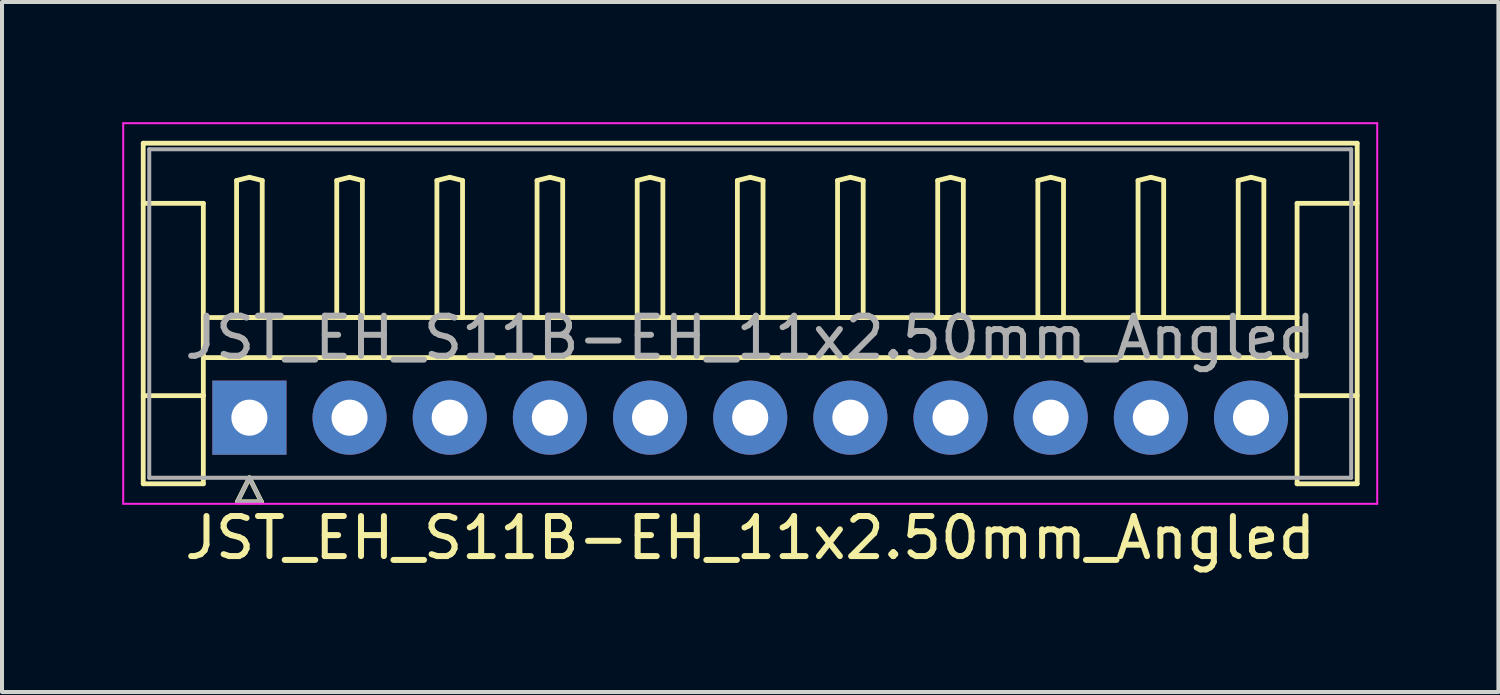
<source format=kicad_pcb>
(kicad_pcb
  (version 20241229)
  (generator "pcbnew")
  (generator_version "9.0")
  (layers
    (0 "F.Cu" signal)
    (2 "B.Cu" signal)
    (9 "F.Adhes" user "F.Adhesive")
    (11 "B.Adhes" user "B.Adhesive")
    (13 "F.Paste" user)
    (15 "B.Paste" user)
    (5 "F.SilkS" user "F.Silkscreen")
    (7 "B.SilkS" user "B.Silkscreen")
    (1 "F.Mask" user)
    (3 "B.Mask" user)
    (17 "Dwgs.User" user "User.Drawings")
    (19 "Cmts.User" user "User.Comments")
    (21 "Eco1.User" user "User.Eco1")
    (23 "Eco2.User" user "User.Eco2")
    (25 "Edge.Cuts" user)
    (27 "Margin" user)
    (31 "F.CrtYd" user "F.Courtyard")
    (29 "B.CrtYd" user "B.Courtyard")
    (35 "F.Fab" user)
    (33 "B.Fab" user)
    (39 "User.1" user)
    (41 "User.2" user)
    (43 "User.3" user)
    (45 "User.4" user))
  (footprint "JST_EH_S11B-EH_11x2.50mm_Angled"
    (layer "F.Cu")
    (at 3.175 7.375)
    (property "Reference" "JST_EH_S11B-EH_11x2.50mm_Angled" (at 12.5 3 0) (layer "F.SilkS") (effects (font (size 1 1) (thickness 0.15))))
    (attr through_hole)
    (fp_line (start -2.65 -6.85) (end 27.65 -6.85) (stroke (width 0.12) (type solid)) (layer "F.SilkS"))
    (fp_line (start -2.65 -5.35) (end -1.15 -5.35) (stroke (width 0.12) (type solid)) (layer "F.SilkS"))
    (fp_line (start -2.65 1.65) (end -2.65 -6.85) (stroke (width 0.12) (type solid)) (layer "F.SilkS"))
    (fp_line (start -1.15 -5.35) (end -1.15 -0.55) (stroke (width 0.12) (type solid)) (layer "F.SilkS"))
    (fp_line (start -1.15 -2.5) (end 26.15 -2.5) (stroke (width 0.12) (type solid)) (layer "F.SilkS"))
    (fp_line (start -1.15 -1.5) (end 26.15 -1.5) (stroke (width 0.12) (type solid)) (layer "F.SilkS"))
    (fp_line (start -1.15 -0.55) (end -2.65 -0.55) (stroke (width 0.12) (type solid)) (layer "F.SilkS"))
    (fp_line (start -1.15 -0.55) (end -1.15 1.65) (stroke (width 0.12) (type solid)) (layer "F.SilkS"))
    (fp_line (start -1.15 1.65) (end -2.65 1.65) (stroke (width 0.12) (type solid)) (layer "F.SilkS"))
    (fp_line (start -0.32 -5.92) (end 0 -6) (stroke (width 0.12) (type solid)) (layer "F.SilkS"))
    (fp_line (start -0.32 -2.5) (end -0.32 -5.92) (stroke (width 0.12) (type solid)) (layer "F.SilkS"))
    (fp_line (start -0.3 2.1) (end 0.3 2.1) (stroke (width 0.12) (type solid)) (layer "F.SilkS"))
    (fp_line (start 0 -6) (end 0.32 -5.92) (stroke (width 0.12) (type solid)) (layer "F.SilkS"))
    (fp_line (start 0 -2.5) (end -0.32 -2.5) (stroke (width 0.12) (type solid)) (layer "F.SilkS"))
    (fp_line (start 0 1.5) (end -0.3 2.1) (stroke (width 0.12) (type solid)) (layer "F.SilkS"))
    (fp_line (start 0.3 2.1) (end 0 1.5) (stroke (width 0.12) (type solid)) (layer "F.SilkS"))
    (fp_line (start 0.32 -5.92) (end 0.32 -2.5) (stroke (width 0.12) (type solid)) (layer "F.SilkS"))
    (fp_line (start 0.32 -2.5) (end 0 -2.5) (stroke (width 0.12) (type solid)) (layer "F.SilkS"))
    (fp_line (start 2.18 -5.92) (end 2.5 -6) (stroke (width 0.12) (type solid)) (layer "F.SilkS"))
    (fp_line (start 2.18 -2.5) (end 2.18 -5.92) (stroke (width 0.12) (type solid)) (layer "F.SilkS"))
    (fp_line (start 2.5 -6) (end 2.82 -5.92) (stroke (width 0.12) (type solid)) (layer "F.SilkS"))
    (fp_line (start 2.5 -2.5) (end 2.18 -2.5) (stroke (width 0.12) (type solid)) (layer "F.SilkS"))
    (fp_line (start 2.82 -5.92) (end 2.82 -2.5) (stroke (width 0.12) (type solid)) (layer "F.SilkS"))
    (fp_line (start 2.82 -2.5) (end 2.5 -2.5) (stroke (width 0.12) (type solid)) (layer "F.SilkS"))
    (fp_line (start 4.68 -5.92) (end 5 -6) (stroke (width 0.12) (type solid)) (layer "F.SilkS"))
    (fp_line (start 4.68 -2.5) (end 4.68 -5.92) (stroke (width 0.12) (type solid)) (layer "F.SilkS"))
    (fp_line (start 5 -6) (end 5.32 -5.92) (stroke (width 0.12) (type solid)) (layer "F.SilkS"))
    (fp_line (start 5 -2.5) (end 4.68 -2.5) (stroke (width 0.12) (type solid)) (layer "F.SilkS"))
    (fp_line (start 5.32 -5.92) (end 5.32 -2.5) (stroke (width 0.12) (type solid)) (layer "F.SilkS"))
    (fp_line (start 5.32 -2.5) (end 5 -2.5) (stroke (width 0.12) (type solid)) (layer "F.SilkS"))
    (fp_line (start 7.18 -5.92) (end 7.5 -6) (stroke (width 0.12) (type solid)) (layer "F.SilkS"))
    (fp_line (start 7.18 -2.5) (end 7.18 -5.92) (stroke (width 0.12) (type solid)) (layer "F.SilkS"))
    (fp_line (start 7.5 -6) (end 7.82 -5.92) (stroke (width 0.12) (type solid)) (layer "F.SilkS"))
    (fp_line (start 7.5 -2.5) (end 7.18 -2.5) (stroke (width 0.12) (type solid)) (layer "F.SilkS"))
    (fp_line (start 7.82 -5.92) (end 7.82 -2.5) (stroke (width 0.12) (type solid)) (layer "F.SilkS"))
    (fp_line (start 7.82 -2.5) (end 7.5 -2.5) (stroke (width 0.12) (type solid)) (layer "F.SilkS"))
    (fp_line (start 9.68 -5.92) (end 10 -6) (stroke (width 0.12) (type solid)) (layer "F.SilkS"))
    (fp_line (start 9.68 -2.5) (end 9.68 -5.92) (stroke (width 0.12) (type solid)) (layer "F.SilkS"))
    (fp_line (start 10 -6) (end 10.32 -5.92) (stroke (width 0.12) (type solid)) (layer "F.SilkS"))
    (fp_line (start 10 -2.5) (end 9.68 -2.5) (stroke (width 0.12) (type solid)) (layer "F.SilkS"))
    (fp_line (start 10.32 -5.92) (end 10.32 -2.5) (stroke (width 0.12) (type solid)) (layer "F.SilkS"))
    (fp_line (start 10.32 -2.5) (end 10 -2.5) (stroke (width 0.12) (type solid)) (layer "F.SilkS"))
    (fp_line (start 12.18 -5.92) (end 12.5 -6) (stroke (width 0.12) (type solid)) (layer "F.SilkS"))
    (fp_line (start 12.18 -2.5) (end 12.18 -5.92) (stroke (width 0.12) (type solid)) (layer "F.SilkS"))
    (fp_line (start 12.5 -6) (end 12.82 -5.92) (stroke (width 0.12) (type solid)) (layer "F.SilkS"))
    (fp_line (start 12.5 -2.5) (end 12.18 -2.5) (stroke (width 0.12) (type solid)) (layer "F.SilkS"))
    (fp_line (start 12.82 -5.92) (end 12.82 -2.5) (stroke (width 0.12) (type solid)) (layer "F.SilkS"))
    (fp_line (start 12.82 -2.5) (end 12.5 -2.5) (stroke (width 0.12) (type solid)) (layer "F.SilkS"))
    (fp_line (start 14.68 -5.92) (end 15 -6) (stroke (width 0.12) (type solid)) (layer "F.SilkS"))
    (fp_line (start 14.68 -2.5) (end 14.68 -5.92) (stroke (width 0.12) (type solid)) (layer "F.SilkS"))
    (fp_line (start 15 -6) (end 15.32 -5.92) (stroke (width 0.12) (type solid)) (layer "F.SilkS"))
    (fp_line (start 15 -2.5) (end 14.68 -2.5) (stroke (width 0.12) (type solid)) (layer "F.SilkS"))
    (fp_line (start 15.32 -5.92) (end 15.32 -2.5) (stroke (width 0.12) (type solid)) (layer "F.SilkS"))
    (fp_line (start 15.32 -2.5) (end 15 -2.5) (stroke (width 0.12) (type solid)) (layer "F.SilkS"))
    (fp_line (start 17.18 -5.92) (end 17.5 -6) (stroke (width 0.12) (type solid)) (layer "F.SilkS"))
    (fp_line (start 17.18 -2.5) (end 17.18 -5.92) (stroke (width 0.12) (type solid)) (layer "F.SilkS"))
    (fp_line (start 17.5 -6) (end 17.82 -5.92) (stroke (width 0.12) (type solid)) (layer "F.SilkS"))
    (fp_line (start 17.5 -2.5) (end 17.18 -2.5) (stroke (width 0.12) (type solid)) (layer "F.SilkS"))
    (fp_line (start 17.82 -5.92) (end 17.82 -2.5) (stroke (width 0.12) (type solid)) (layer "F.SilkS"))
    (fp_line (start 17.82 -2.5) (end 17.5 -2.5) (stroke (width 0.12) (type solid)) (layer "F.SilkS"))
    (fp_line (start 19.68 -5.92) (end 20 -6) (stroke (width 0.12) (type solid)) (layer "F.SilkS"))
    (fp_line (start 19.68 -2.5) (end 19.68 -5.92) (stroke (width 0.12) (type solid)) (layer "F.SilkS"))
    (fp_line (start 20 -6) (end 20.32 -5.92) (stroke (width 0.12) (type solid)) (layer "F.SilkS"))
    (fp_line (start 20 -2.5) (end 19.68 -2.5) (stroke (width 0.12) (type solid)) (layer "F.SilkS"))
    (fp_line (start 20.32 -5.92) (end 20.32 -2.5) (stroke (width 0.12) (type solid)) (layer "F.SilkS"))
    (fp_line (start 20.32 -2.5) (end 20 -2.5) (stroke (width 0.12) (type solid)) (layer "F.SilkS"))
    (fp_line (start 22.18 -5.92) (end 22.5 -6) (stroke (width 0.12) (type solid)) (layer "F.SilkS"))
    (fp_line (start 22.18 -2.5) (end 22.18 -5.92) (stroke (width 0.12) (type solid)) (layer "F.SilkS"))
    (fp_line (start 22.5 -6) (end 22.82 -5.92) (stroke (width 0.12) (type solid)) (layer "F.SilkS"))
    (fp_line (start 22.5 -2.5) (end 22.18 -2.5) (stroke (width 0.12) (type solid)) (layer "F.SilkS"))
    (fp_line (start 22.82 -5.92) (end 22.82 -2.5) (stroke (width 0.12) (type solid)) (layer "F.SilkS"))
    (fp_line (start 22.82 -2.5) (end 22.5 -2.5) (stroke (width 0.12) (type solid)) (layer "F.SilkS"))
    (fp_line (start 24.68 -5.92) (end 25 -6) (stroke (width 0.12) (type solid)) (layer "F.SilkS"))
    (fp_line (start 24.68 -2.5) (end 24.68 -5.92) (stroke (width 0.12) (type solid)) (layer "F.SilkS"))
    (fp_line (start 25 -6) (end 25.32 -5.92) (stroke (width 0.12) (type solid)) (layer "F.SilkS"))
    (fp_line (start 25 -2.5) (end 24.68 -2.5) (stroke (width 0.12) (type solid)) (layer "F.SilkS"))
    (fp_line (start 25.32 -5.92) (end 25.32 -2.5) (stroke (width 0.12) (type solid)) (layer "F.SilkS"))
    (fp_line (start 25.32 -2.5) (end 25 -2.5) (stroke (width 0.12) (type solid)) (layer "F.SilkS"))
    (fp_line (start 26.15 -5.35) (end 26.15 -0.55) (stroke (width 0.12) (type solid)) (layer "F.SilkS"))
    (fp_line (start 26.15 -0.55) (end 27.65 -0.55) (stroke (width 0.12) (type solid)) (layer "F.SilkS"))
    (fp_line (start 26.15 1.65) (end 26.15 -0.55) (stroke (width 0.12) (type solid)) (layer "F.SilkS"))
    (fp_line (start 27.65 -6.85) (end 27.65 1.65) (stroke (width 0.12) (type solid)) (layer "F.SilkS"))
    (fp_line (start 27.65 -5.35) (end 26.15 -5.35) (stroke (width 0.12) (type solid)) (layer "F.SilkS"))
    (fp_line (start 27.65 1.65) (end 26.15 1.65) (stroke (width 0.12) (type solid)) (layer "F.SilkS"))
    (fp_line (start -3.15 -7.35) (end -3.15 2.15) (stroke (width 0.05) (type solid)) (layer "F.CrtYd"))
    (fp_line (start -3.15 2.15) (end 28.15 2.15) (stroke (width 0.05) (type solid)) (layer "F.CrtYd"))
    (fp_line (start 28.15 -7.35) (end -3.15 -7.35) (stroke (width 0.05) (type solid)) (layer "F.CrtYd"))
    (fp_line (start 28.15 2.15) (end 28.15 -7.35) (stroke (width 0.05) (type solid)) (layer "F.CrtYd"))
    (fp_line (start -2.5 -6.7) (end -2.5 1.5) (stroke (width 0.1) (type solid)) (layer "F.Fab"))
    (fp_line (start -2.5 1.5) (end 27.5 1.5) (stroke (width 0.1) (type solid)) (layer "F.Fab"))
    (fp_line (start -0.3 2.1) (end 0.3 2.1) (stroke (width 0.1) (type solid)) (layer "F.Fab"))
    (fp_line (start 0 1.5) (end -0.3 2.1) (stroke (width 0.1) (type solid)) (layer "F.Fab"))
    (fp_line (start 0.3 2.1) (end 0 1.5) (stroke (width 0.1) (type solid)) (layer "F.Fab"))
    (fp_line (start 27.5 -6.7) (end -2.5 -6.7) (stroke (width 0.1) (type solid)) (layer "F.Fab"))
    (fp_line (start 27.5 1.5) (end 27.5 -6.7) (stroke (width 0.1) (type solid)) (layer "F.Fab"))
    (fp_text user "${REFERENCE}" (at 12.5 -2 0) (layer "F.Fab") (effects (font (size 1 1) (thickness 0.15))))
    (pad "1" thru_hole rect (at 0 0) (size 1.85 1.85) (drill 0.9) (layers "*.Cu" "*.Mask"))
    (pad "2" thru_hole circle (at 2.5 0) (size 1.85 1.85) (drill 0.9) (layers "*.Cu" "*.Mask"))
    (pad "3" thru_hole circle (at 5 0) (size 1.85 1.85) (drill 0.9) (layers "*.Cu" "*.Mask"))
    (pad "4" thru_hole circle (at 7.5 0) (size 1.85 1.85) (drill 0.9) (layers "*.Cu" "*.Mask"))
    (pad "5" thru_hole circle (at 10 0) (size 1.85 1.85) (drill 0.9) (layers "*.Cu" "*.Mask"))
    (pad "6" thru_hole circle (at 12.5 0) (size 1.85 1.85) (drill 0.9) (layers "*.Cu" "*.Mask"))
    (pad "7" thru_hole circle (at 15 0) (size 1.85 1.85) (drill 0.9) (layers "*.Cu" "*.Mask"))
    (pad "8" thru_hole circle (at 17.5 0) (size 1.85 1.85) (drill 0.9) (layers "*.Cu" "*.Mask"))
    (pad "9" thru_hole circle (at 20 0) (size 1.85 1.85) (drill 0.9) (layers "*.Cu" "*.Mask"))
    (pad "10" thru_hole circle (at 22.5 0) (size 1.85 1.85) (drill 0.9) (layers "*.Cu" "*.Mask"))
    (pad "11" thru_hole circle (at 25 0) (size 1.85 1.85) (drill 0.9) (layers "*.Cu" "*.Mask")))
  (gr_rect
    (start -3 -3)
    (end 34.35 14.223)
    (stroke (width 0.1) (type default))
    (fill no)
    (layer "Edge.Cuts")))
</source>
